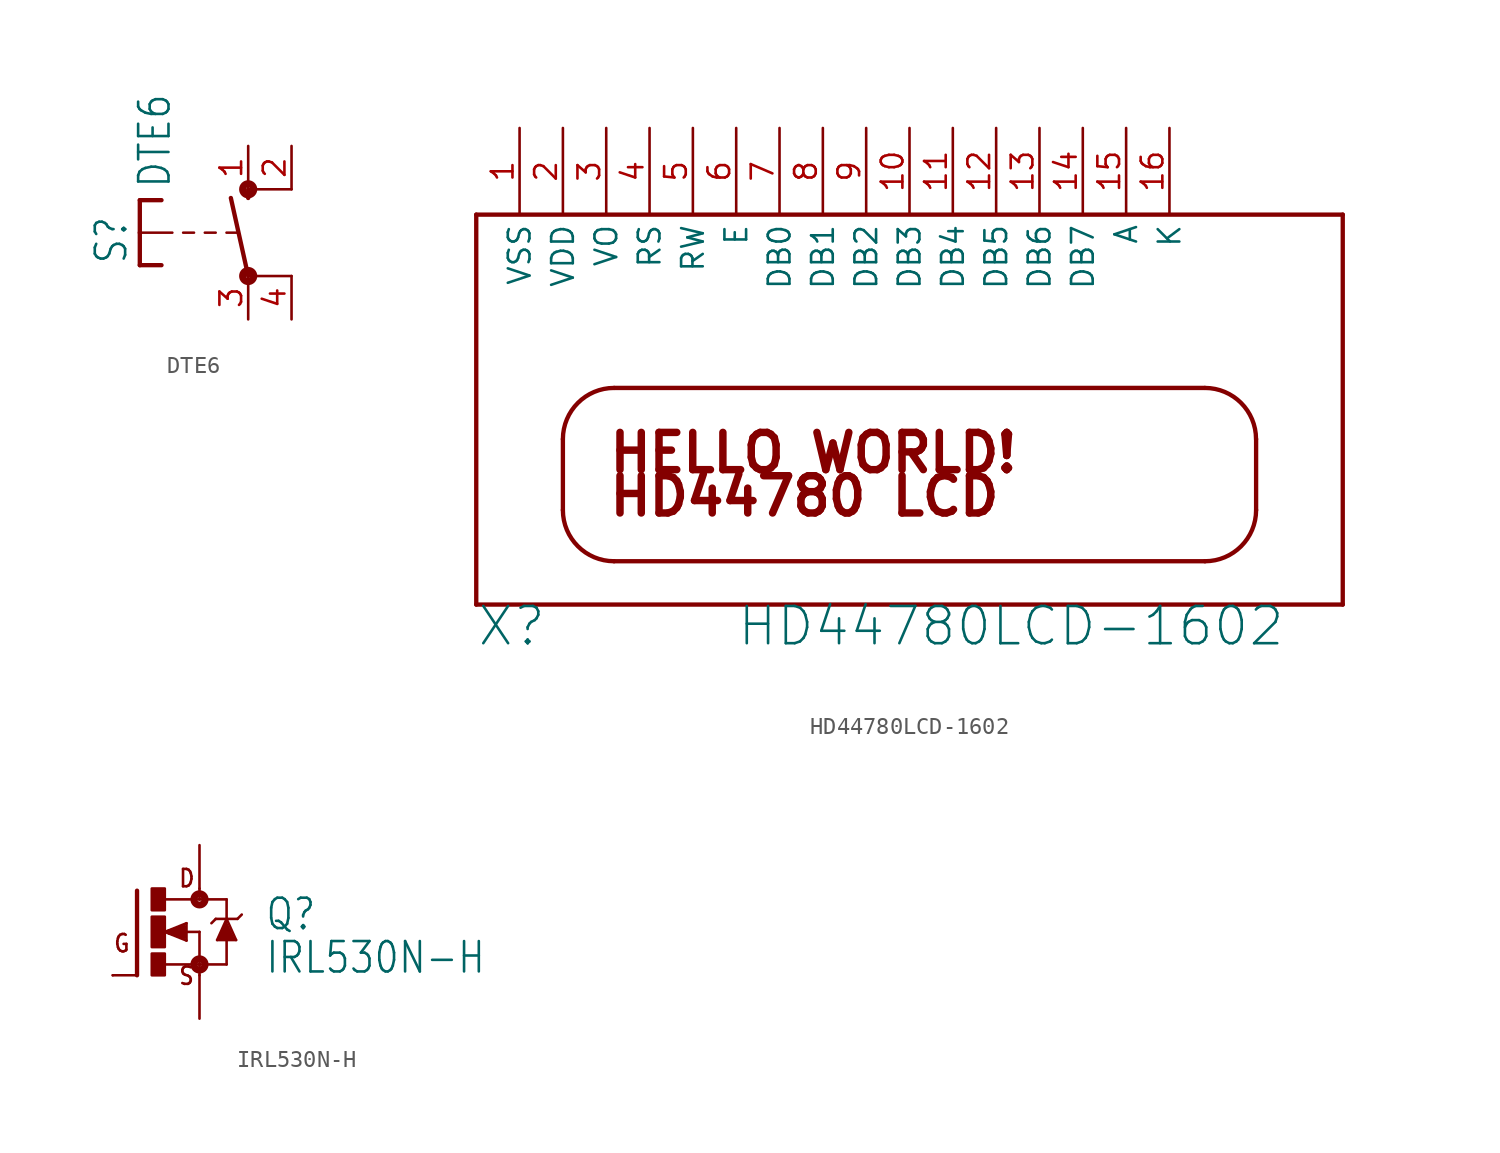
<source format=kicad_sym>
(kicad_symbol_lib
  (version 20211014)
  (generator kicad_symbol_editor)
  (symbol "DTE6"
    (property "Reference" "S"
      (at -6.985 -1.905 90)
      (effects (font (size 1.778 1.511)) (justify left bottom)))
    (property "Value" "DTE6"
      (at -4.445 2.54 90)
      (effects (font (size 1.778 1.511)) (justify left bottom)))
    (property "ki_locked" ""
      (at 0 0 0)
      (effects (font (size 1.27 1.27))))
    (symbol "DTE6_1_0"
      (circle (center 0 -2.54) (radius 0.127) (stroke (width 0.406) (type default) (color 0 0 0 0)) (fill (type none)))
      (polyline (pts (xy -6.35 -1.905) (xy -5.08 -1.905)) (stroke (width 0.254) (type default) (color 0 0 0 0)) (fill (type none)))
      (polyline (pts (xy -6.35 0) (xy -6.35 -1.905)) (stroke (width 0.254) (type default) (color 0 0 0 0)) (fill (type none)))
      (polyline (pts (xy -6.35 0) (xy -4.445 0)) (stroke (width 0.152) (type default) (color 0 0 0 0)) (fill (type none)))
      (polyline (pts (xy -6.35 1.905) (xy -6.35 0)) (stroke (width 0.254) (type default) (color 0 0 0 0)) (fill (type none)))
      (polyline (pts (xy -6.35 1.905) (xy -5.08 1.905)) (stroke (width 0.254) (type default) (color 0 0 0 0)) (fill (type none)))
      (polyline (pts (xy -3.81 0) (xy -3.175 0)) (stroke (width 0.152) (type default) (color 0 0 0 0)) (fill (type none)))
      (polyline (pts (xy -2.54 0) (xy -1.905 0)) (stroke (width 0.152) (type default) (color 0 0 0 0)) (fill (type none)))
      (polyline (pts (xy -1.27 0) (xy -0.635 0)) (stroke (width 0.152) (type default) (color 0 0 0 0)) (fill (type none)))
      (polyline (pts (xy 0 -2.54) (xy -1.016 2.032)) (stroke (width 0.254) (type default) (color 0 0 0 0)) (fill (type none)))
      (polyline (pts (xy 0 2.032) (xy 0 2.54)) (stroke (width 0.254) (type default) (color 0 0 0 0)) (fill (type none)))
      (polyline (pts (xy 2.54 -2.54) (xy 0 -2.54)) (stroke (width 0.152) (type default) (color 0 0 0 0)) (fill (type none)))
      (polyline (pts (xy 2.54 2.54) (xy 0 2.54)) (stroke (width 0.152) (type default) (color 0 0 0 0)) (fill (type none)))
      (circle (center 0 2.54) (radius 0.127) (stroke (width 0.406) (type default) (color 0 0 0 0)) (fill (type none)))
      (pin passive line (at 0 5.08 270) (length 2.54) (name "S" (effects (font (size 0 0)))) (number "1" (effects (font (size 1.27 1.27)))))
      (pin passive line (at 2.54 5.08 270) (length 2.54) (name "S@1" (effects (font (size 0 0)))) (number "2" (effects (font (size 1.27 1.27)))))
      (pin passive line (at 0 -5.08 90) (length 2.54) (name "P" (effects (font (size 0 0)))) (number "3" (effects (font (size 1.27 1.27)))))
      (pin passive line (at 2.54 -5.08 90) (length 2.54) (name "P@1" (effects (font (size 0 0)))) (number "4" (effects (font (size 1.27 1.27)))))))
  (symbol "HD44780LCD-1602"
    (property "Reference" "X"
      (at -25.4 -12.7 0)
      (effects (font (size 2.184 2.184)) (justify left bottom)))
    (property "Value" "HD44780LCD-1602"
      (at -10.16 -12.7 0)
      (effects (font (size 2.184 2.184)) (justify left bottom)))
    (property "ki_locked" ""
      (at 0 0 0)
      (effects (font (size 1.27 1.27))))
    (symbol "HD44780LCD-1602_1_0"
      (arc (start -20.32 -4.62) (mid -19.4413 -6.7413) (end -17.32 -7.62) (stroke (width 0.254) (type default) (color 0 0 0 0)) (fill (type none)))
      (arc (start -17.32 2.54) (mid -19.4413 1.6613) (end -20.32 -0.46) (stroke (width 0.254) (type default) (color 0 0 0 0)) (fill (type none)))
      (polyline (pts (xy -25.4 -10.16) (xy 25.4 -10.16)) (stroke (width 0.254) (type default) (color 0 0 0 0)) (fill (type none)))
      (polyline (pts (xy -25.4 12.7) (xy -25.4 -10.16)) (stroke (width 0.254) (type default) (color 0 0 0 0)) (fill (type none)))
      (polyline (pts (xy -20.32 -4.62) (xy -20.32 -0.46)) (stroke (width 0.254) (type default) (color 0 0 0 0)) (fill (type none)))
      (polyline (pts (xy -17.32 2.54) (xy 17.32 2.54)) (stroke (width 0.254) (type default) (color 0 0 0 0)) (fill (type none)))
      (polyline (pts (xy 17.32 -7.62) (xy -17.32 -7.62)) (stroke (width 0.254) (type default) (color 0 0 0 0)) (fill (type none)))
      (polyline (pts (xy 20.32 -0.46) (xy 20.32 -4.62)) (stroke (width 0.254) (type default) (color 0 0 0 0)) (fill (type none)))
      (polyline (pts (xy 25.4 -10.16) (xy 25.4 12.7)) (stroke (width 0.254) (type default) (color 0 0 0 0)) (fill (type none)))
      (polyline (pts (xy 25.4 12.7) (xy -25.4 12.7)) (stroke (width 0.254) (type default) (color 0 0 0 0)) (fill (type none)))
      (arc (start 17.32 -7.62) (mid 19.4413 -6.7413) (end 20.32 -4.62) (stroke (width 0.254) (type default) (color 0 0 0 0)) (fill (type none)))
      (arc (start 20.32 -0.46) (mid 19.4413 1.6613) (end 17.32 2.54) (stroke (width 0.254) (type default) (color 0 0 0 0)) (fill (type none)))
      (text "HD44780 LCD " (at -17.78 -5.08 0) (effects (font (size 2.184 2.184) (thickness 0.437) bold) (justify left bottom)))
      (text "HELLO WORLD!" (at -17.78 -2.54 0) (effects (font (size 2.184 2.184) (thickness 0.437) bold) (justify left bottom)))
      (pin power_in line (at -22.86 17.78 270) (length 5.08) (name "VSS" (effects (font (size 1.27 1.27)))) (number "1" (effects (font (size 1.27 1.27)))))
      (pin bidirectional line (at 0 17.78 270) (length 5.08) (name "DB3" (effects (font (size 1.27 1.27)))) (number "10" (effects (font (size 1.27 1.27)))))
      (pin bidirectional line (at 2.54 17.78 270) (length 5.08) (name "DB4" (effects (font (size 1.27 1.27)))) (number "11" (effects (font (size 1.27 1.27)))))
      (pin bidirectional line (at 5.08 17.78 270) (length 5.08) (name "DB5" (effects (font (size 1.27 1.27)))) (number "12" (effects (font (size 1.27 1.27)))))
      (pin bidirectional line (at 7.62 17.78 270) (length 5.08) (name "DB6" (effects (font (size 1.27 1.27)))) (number "13" (effects (font (size 1.27 1.27)))))
      (pin bidirectional line (at 10.16 17.78 270) (length 5.08) (name "DB7" (effects (font (size 1.27 1.27)))) (number "14" (effects (font (size 1.27 1.27)))))
      (pin input line (at 12.7 17.78 270) (length 5.08) (name "A" (effects (font (size 1.27 1.27)))) (number "15" (effects (font (size 1.27 1.27)))))
      (pin input line (at 15.24 17.78 270) (length 5.08) (name "K" (effects (font (size 1.27 1.27)))) (number "16" (effects (font (size 1.27 1.27)))))
      (pin power_in line (at -20.32 17.78 270) (length 5.08) (name "VDD" (effects (font (size 1.27 1.27)))) (number "2" (effects (font (size 1.27 1.27)))))
      (pin input line (at -17.78 17.78 270) (length 5.08) (name "VO" (effects (font (size 1.27 1.27)))) (number "3" (effects (font (size 1.27 1.27)))))
      (pin input line (at -15.24 17.78 270) (length 5.08) (name "RS" (effects (font (size 1.27 1.27)))) (number "4" (effects (font (size 1.27 1.27)))))
      (pin input line (at -12.7 17.78 270) (length 5.08) (name "RW" (effects (font (size 1.27 1.27)))) (number "5" (effects (font (size 1.27 1.27)))))
      (pin input line (at -10.16 17.78 270) (length 5.08) (name "E" (effects (font (size 1.27 1.27)))) (number "6" (effects (font (size 1.27 1.27)))))
      (pin bidirectional line (at -7.62 17.78 270) (length 5.08) (name "DB0" (effects (font (size 1.27 1.27)))) (number "7" (effects (font (size 1.27 1.27)))))
      (pin bidirectional line (at -5.08 17.78 270) (length 5.08) (name "DB1" (effects (font (size 1.27 1.27)))) (number "8" (effects (font (size 1.27 1.27)))))
      (pin bidirectional line (at -2.54 17.78 270) (length 5.08) (name "DB2" (effects (font (size 1.27 1.27)))) (number "9" (effects (font (size 1.27 1.27)))))))
  (symbol "IRL530N-H"
    (property "Reference" "Q"
      (at 6.35 0 0)
      (effects (font (size 1.778 1.511)) (justify left bottom)))
    (property "Value" "IRL530N-H"
      (at 6.35 -2.54 0)
      (effects (font (size 1.778 1.511)) (justify left bottom)))
    (property "ki_locked" ""
      (at 0 0 0)
      (effects (font (size 1.27 1.27))))
    (symbol "IRL530N-H_1_0"
      (rectangle (start -0.254 -2.54) (end 0.508 -1.27) (stroke (width 0) (type default) (color 0 0 0 0)) (fill (type outline)))
      (rectangle (start -0.254 -0.889) (end 0.508 0.889) (stroke (width 0) (type default) (color 0 0 0 0)) (fill (type outline)))
      (rectangle (start -0.254 1.27) (end 0.508 2.54) (stroke (width 0) (type default) (color 0 0 0 0)) (fill (type outline)))
      (polyline (pts (xy -1.118 -2.54) (xy -2.54 -2.54)) (stroke (width 0.152) (type default) (color 0 0 0 0)) (fill (type none)))
      (polyline (pts (xy -1.118 2.413) (xy -1.118 -2.54)) (stroke (width 0.254) (type default) (color 0 0 0 0)) (fill (type none)))
      (polyline (pts (xy 0.508 -1.905) (xy 2.54 -1.905)) (stroke (width 0.152) (type default) (color 0 0 0 0)) (fill (type none)))
      (polyline (pts (xy 0.508 0) (xy 1.778 -0.508)) (stroke (width 0.152) (type default) (color 0 0 0 0)) (fill (type none)))
      (polyline (pts (xy 0.762 0) (xy 1.651 -0.254)) (stroke (width 0.305) (type default) (color 0 0 0 0)) (fill (type none)))
      (polyline (pts (xy 1.651 -0.254) (xy 1.651 0)) (stroke (width 0.305) (type default) (color 0 0 0 0)) (fill (type none)))
      (polyline (pts (xy 1.651 0) (xy 1.397 0)) (stroke (width 0.305) (type default) (color 0 0 0 0)) (fill (type none)))
      (polyline (pts (xy 1.651 0) (xy 2.54 0)) (stroke (width 0.152) (type default) (color 0 0 0 0)) (fill (type none)))
      (polyline (pts (xy 1.651 0.254) (xy 0.762 0)) (stroke (width 0.305) (type default) (color 0 0 0 0)) (fill (type none)))
      (polyline (pts (xy 1.778 -0.508) (xy 1.778 0.508)) (stroke (width 0.152) (type default) (color 0 0 0 0)) (fill (type none)))
      (polyline (pts (xy 1.778 0.508) (xy 0.508 0)) (stroke (width 0.152) (type default) (color 0 0 0 0)) (fill (type none)))
      (polyline (pts (xy 2.54 -1.905) (xy 2.54 -2.54)) (stroke (width 0.152) (type default) (color 0 0 0 0)) (fill (type none)))
      (polyline (pts (xy 2.54 0) (xy 2.54 -1.905)) (stroke (width 0.152) (type default) (color 0 0 0 0)) (fill (type none)))
      (polyline (pts (xy 2.54 1.905) (xy 0.533 1.905)) (stroke (width 0.152) (type default) (color 0 0 0 0)) (fill (type none)))
      (polyline (pts (xy 2.54 1.905) (xy 4.128 1.905)) (stroke (width 0.152) (type default) (color 0 0 0 0)) (fill (type none)))
      (polyline (pts (xy 2.54 2.54) (xy 2.54 1.905)) (stroke (width 0.152) (type default) (color 0 0 0 0)) (fill (type none)))
      (polyline (pts (xy 3.493 0.762) (xy 3.239 0.508)) (stroke (width 0.152) (type default) (color 0 0 0 0)) (fill (type none)))
      (polyline (pts (xy 3.493 0.762) (xy 4.128 0.762)) (stroke (width 0.152) (type default) (color 0 0 0 0)) (fill (type none)))
      (polyline (pts (xy 3.572 -0.476) (xy 4.128 -0.476)) (stroke (width 0.152) (type default) (color 0 0 0 0)) (fill (type none)))
      (polyline (pts (xy 4.128 -1.905) (xy 2.54 -1.905)) (stroke (width 0.152) (type default) (color 0 0 0 0)) (fill (type none)))
      (polyline (pts (xy 4.128 -0.476) (xy 4.128 -1.905)) (stroke (width 0.152) (type default) (color 0 0 0 0)) (fill (type none)))
      (polyline (pts (xy 4.128 -0.476) (xy 4.683 -0.476)) (stroke (width 0.152) (type default) (color 0 0 0 0)) (fill (type none)))
      (polyline (pts (xy 4.128 0.762) (xy 3.572 -0.476)) (stroke (width 0.152) (type default) (color 0 0 0 0)) (fill (type none)))
      (polyline (pts (xy 4.128 0.762) (xy 4.763 0.762)) (stroke (width 0.152) (type default) (color 0 0 0 0)) (fill (type none)))
      (polyline (pts (xy 4.128 1.905) (xy 4.128 0.762)) (stroke (width 0.152) (type default) (color 0 0 0 0)) (fill (type none)))
      (polyline (pts (xy 4.683 -0.476) (xy 4.128 0.762)) (stroke (width 0.152) (type default) (color 0 0 0 0)) (fill (type none)))
      (polyline (pts (xy 4.763 0.762) (xy 5.016 1.016)) (stroke (width 0.152) (type default) (color 0 0 0 0)) (fill (type none)))
      (polyline (pts (xy 4.128 0.635) (xy 3.651 -0.397) (xy 4.604 -0.397)) (stroke (width 0) (type default) (color 0 0 0 0)) (fill (type outline)))
      (circle (center 2.54 -1.905) (radius 0.127) (stroke (width 0.406) (type default) (color 0 0 0 0)) (fill (type none)))
      (circle (center 2.54 1.905) (radius 0.127) (stroke (width 0.406) (type default) (color 0 0 0 0)) (fill (type none)))
      (text "D" (at 1.27 2.54 0) (effects (font (size 1.016 0.864)) (justify left bottom)))
      (text "G" (at -2.54 -1.27 0) (effects (font (size 1.016 0.864)) (justify left bottom)))
      (text "S" (at 1.27 -3.175 0) (effects (font (size 1.016 0.864)) (justify left bottom)))
      (pin passive line (at -2.54 -2.54 0) (length 0) (name "G" (effects (font (size 0 0)))) (number "1" (effects (font (size 0 0)))))
      (pin passive line (at 2.54 5.08 270) (length 2.54) (name "D" (effects (font (size 0 0)))) (number "2" (effects (font (size 0 0)))))
      (pin passive line (at 2.54 -5.08 90) (length 2.54) (name "S" (effects (font (size 0 0)))) (number "3" (effects (font (size 0 0))))))))
</source>
